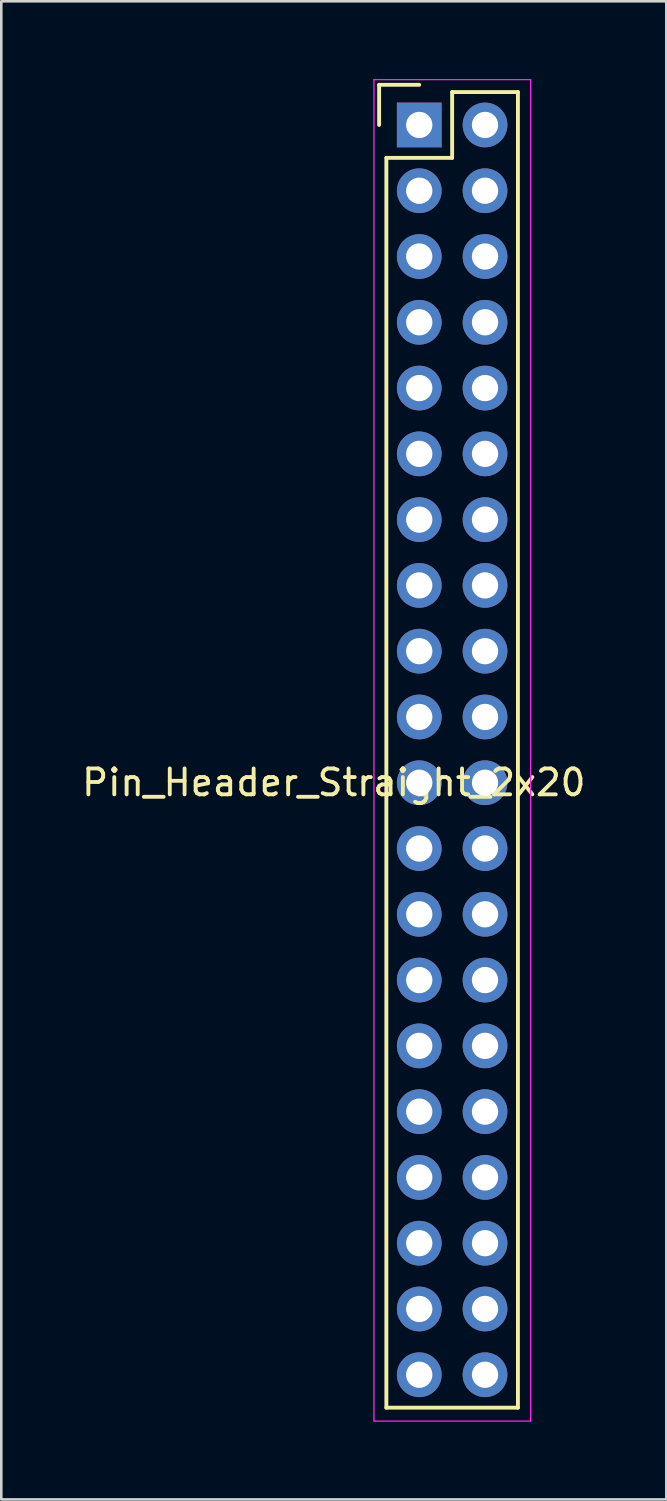
<source format=kicad_pcb>
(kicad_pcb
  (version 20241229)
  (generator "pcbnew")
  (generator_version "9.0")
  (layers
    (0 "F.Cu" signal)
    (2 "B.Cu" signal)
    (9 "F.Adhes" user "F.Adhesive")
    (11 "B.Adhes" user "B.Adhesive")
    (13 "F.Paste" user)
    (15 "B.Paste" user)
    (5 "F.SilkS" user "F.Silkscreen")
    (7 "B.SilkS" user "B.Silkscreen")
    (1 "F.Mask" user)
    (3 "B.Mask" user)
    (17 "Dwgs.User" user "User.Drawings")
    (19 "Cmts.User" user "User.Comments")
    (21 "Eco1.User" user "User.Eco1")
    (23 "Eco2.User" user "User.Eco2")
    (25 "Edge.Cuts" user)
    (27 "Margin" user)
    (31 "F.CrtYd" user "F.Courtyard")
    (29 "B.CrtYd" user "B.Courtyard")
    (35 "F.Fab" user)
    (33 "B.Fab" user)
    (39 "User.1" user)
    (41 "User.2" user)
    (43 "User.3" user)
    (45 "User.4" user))
  (footprint "Pin_Header_Straight_2x20"
    (layer "F.Cu")
    (at 14.409 25.905)
    (property "Reference" "Pin_Header_Straight_2x20" (at -4.57 1.263 180) (layer "F.SilkS") (effects (font (size 1 1) (thickness 0.15))))
    (attr through_hole)
    (fp_line (start -2.82 -25.68) (end -2.82 -24.13) (stroke (width 0.15) (type solid)) (layer "F.SilkS"))
    (fp_line (start -2.54 -22.86) (end -2.54 25.4) (stroke (width 0.15) (type solid)) (layer "F.SilkS"))
    (fp_line (start -1.27 -25.68) (end -2.82 -25.68) (stroke (width 0.15) (type solid)) (layer "F.SilkS"))
    (fp_line (start 0 -25.4) (end 0 -22.86) (stroke (width 0.15) (type solid)) (layer "F.SilkS"))
    (fp_line (start 0 -22.86) (end -2.54 -22.86) (stroke (width 0.15) (type solid)) (layer "F.SilkS"))
    (fp_line (start 2.54 -25.4) (end 0 -25.4) (stroke (width 0.15) (type solid)) (layer "F.SilkS"))
    (fp_line (start 2.54 25.4) (end -2.54 25.4) (stroke (width 0.15) (type solid)) (layer "F.SilkS"))
    (fp_line (start 2.54 25.4) (end 2.54 -25.4) (stroke (width 0.15) (type solid)) (layer "F.SilkS"))
    (fp_line (start -3.02 -25.88) (end -3.02 25.92) (stroke (width 0.05) (type solid)) (layer "F.CrtYd"))
    (fp_line (start -3.02 -25.88) (end 3.03 -25.88) (stroke (width 0.05) (type solid)) (layer "F.CrtYd"))
    (fp_line (start -3.02 25.92) (end 3.03 25.92) (stroke (width 0.05) (type solid)) (layer "F.CrtYd"))
    (fp_line (start 3.03 -25.88) (end 3.03 25.92) (stroke (width 0.05) (type solid)) (layer "F.CrtYd"))
    (pad "1" thru_hole rect (at -1.27 -24.13) (size 1.727 1.727) (drill 1.016) (layers "*.Cu" "*.Mask"))
    (pad "2" thru_hole oval (at 1.27 -24.13) (size 1.727 1.727) (drill 1.016) (layers "*.Cu" "*.Mask"))
    (pad "3" thru_hole oval (at -1.27 -21.59) (size 1.727 1.727) (drill 1.016) (layers "*.Cu" "*.Mask"))
    (pad "4" thru_hole oval (at 1.27 -21.59) (size 1.727 1.727) (drill 1.016) (layers "*.Cu" "*.Mask"))
    (pad "5" thru_hole oval (at -1.27 -19.05) (size 1.727 1.727) (drill 1.016) (layers "*.Cu" "*.Mask"))
    (pad "6" thru_hole oval (at 1.27 -19.05) (size 1.727 1.727) (drill 1.016) (layers "*.Cu" "*.Mask"))
    (pad "7" thru_hole oval (at -1.27 -16.51) (size 1.727 1.727) (drill 1.016) (layers "*.Cu" "*.Mask"))
    (pad "8" thru_hole oval (at 1.27 -16.51) (size 1.727 1.727) (drill 1.016) (layers "*.Cu" "*.Mask"))
    (pad "9" thru_hole oval (at -1.27 -13.97) (size 1.727 1.727) (drill 1.016) (layers "*.Cu" "*.Mask"))
    (pad "10" thru_hole oval (at 1.27 -13.97) (size 1.727 1.727) (drill 1.016) (layers "*.Cu" "*.Mask"))
    (pad "11" thru_hole oval (at -1.27 -11.43) (size 1.727 1.727) (drill 1.016) (layers "*.Cu" "*.Mask"))
    (pad "12" thru_hole oval (at 1.27 -11.43) (size 1.727 1.727) (drill 1.016) (layers "*.Cu" "*.Mask"))
    (pad "13" thru_hole oval (at -1.27 -8.89) (size 1.727 1.727) (drill 1.016) (layers "*.Cu" "*.Mask"))
    (pad "14" thru_hole oval (at 1.27 -8.89) (size 1.727 1.727) (drill 1.016) (layers "*.Cu" "*.Mask"))
    (pad "15" thru_hole oval (at -1.27 -6.35) (size 1.727 1.727) (drill 1.016) (layers "*.Cu" "*.Mask"))
    (pad "16" thru_hole oval (at 1.27 -6.35) (size 1.727 1.727) (drill 1.016) (layers "*.Cu" "*.Mask"))
    (pad "17" thru_hole oval (at -1.27 -3.81) (size 1.727 1.727) (drill 1.016) (layers "*.Cu" "*.Mask"))
    (pad "18" thru_hole oval (at 1.27 -3.81) (size 1.727 1.727) (drill 1.016) (layers "*.Cu" "*.Mask"))
    (pad "19" thru_hole oval (at -1.27 -1.27) (size 1.727 1.727) (drill 1.016) (layers "*.Cu" "*.Mask"))
    (pad "20" thru_hole oval (at 1.27 -1.27) (size 1.727 1.727) (drill 1.016) (layers "*.Cu" "*.Mask"))
    (pad "21" thru_hole oval (at -1.27 1.27) (size 1.727 1.727) (drill 1.016) (layers "*.Cu" "*.Mask"))
    (pad "22" thru_hole oval (at 1.27 1.27) (size 1.727 1.727) (drill 1.016) (layers "*.Cu" "*.Mask"))
    (pad "23" thru_hole oval (at -1.27 3.81) (size 1.727 1.727) (drill 1.016) (layers "*.Cu" "*.Mask"))
    (pad "24" thru_hole oval (at 1.27 3.81) (size 1.727 1.727) (drill 1.016) (layers "*.Cu" "*.Mask"))
    (pad "25" thru_hole oval (at -1.27 6.35) (size 1.727 1.727) (drill 1.016) (layers "*.Cu" "*.Mask"))
    (pad "26" thru_hole oval (at 1.27 6.35) (size 1.727 1.727) (drill 1.016) (layers "*.Cu" "*.Mask"))
    (pad "27" thru_hole oval (at -1.27 8.89) (size 1.727 1.727) (drill 1.016) (layers "*.Cu" "*.Mask"))
    (pad "28" thru_hole oval (at 1.27 8.89) (size 1.727 1.727) (drill 1.016) (layers "*.Cu" "*.Mask"))
    (pad "29" thru_hole oval (at -1.27 11.43) (size 1.727 1.727) (drill 1.016) (layers "*.Cu" "*.Mask"))
    (pad "30" thru_hole oval (at 1.27 11.43) (size 1.727 1.727) (drill 1.016) (layers "*.Cu" "*.Mask"))
    (pad "31" thru_hole oval (at -1.27 13.97) (size 1.727 1.727) (drill 1.016) (layers "*.Cu" "*.Mask"))
    (pad "32" thru_hole oval (at 1.27 13.97) (size 1.727 1.727) (drill 1.016) (layers "*.Cu" "*.Mask"))
    (pad "33" thru_hole oval (at -1.27 16.51) (size 1.727 1.727) (drill 1.016) (layers "*.Cu" "*.Mask"))
    (pad "34" thru_hole oval (at 1.27 16.51) (size 1.727 1.727) (drill 1.016) (layers "*.Cu" "*.Mask"))
    (pad "35" thru_hole oval (at -1.27 19.05) (size 1.727 1.727) (drill 1.016) (layers "*.Cu" "*.Mask"))
    (pad "36" thru_hole oval (at 1.27 19.05) (size 1.727 1.727) (drill 1.016) (layers "*.Cu" "*.Mask"))
    (pad "37" thru_hole oval (at -1.27 21.59) (size 1.727 1.727) (drill 1.016) (layers "*.Cu" "*.Mask"))
    (pad "38" thru_hole oval (at 1.27 21.59) (size 1.727 1.727) (drill 1.016) (layers "*.Cu" "*.Mask"))
    (pad "39" thru_hole oval (at -1.27 24.13) (size 1.727 1.727) (drill 1.016) (layers "*.Cu" "*.Mask"))
    (pad "40" thru_hole oval (at 1.27 24.13) (size 1.727 1.727) (drill 1.016) (layers "*.Cu" "*.Mask")))
  (gr_rect
    (start -3 -3)
    (end 22.679 54.85)
    (stroke (width 0.1) (type default))
    (fill no)
    (layer "Edge.Cuts")))
</source>
